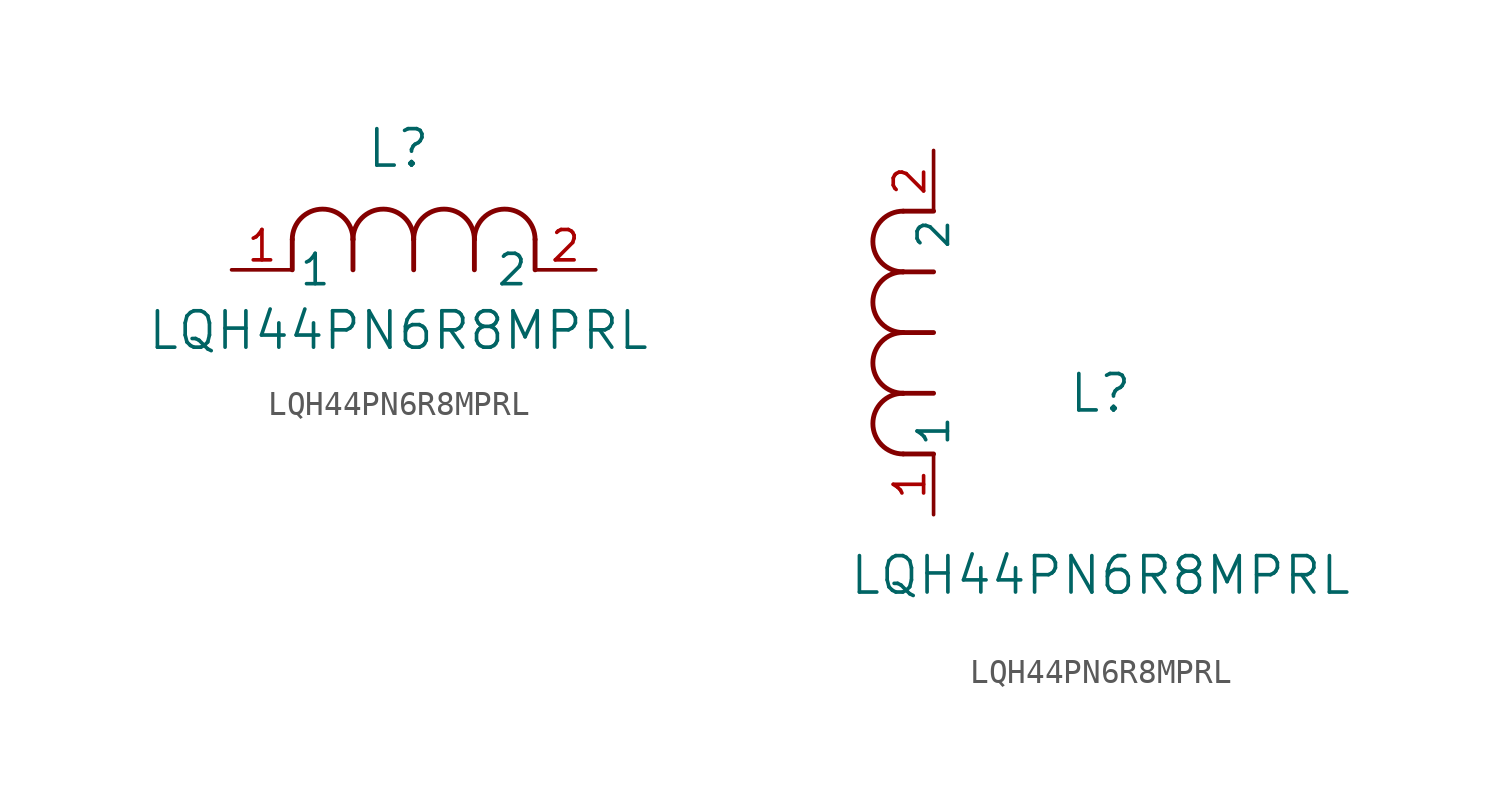
<source format=kicad_sym>
(kicad_symbol_lib
  (version 20211014)
  (generator kicad_symbol_editor)
  (symbol "LQH44PN6R8MPRL"
    (pin_names
      (offset 0.254))
    (property "Reference" "L"
      (at 6.985 5.08 0)
      (effects (font (size 1.524 1.524))))
    (property "Value" "LQH44PN6R8MPRL"
      (at 6.985 -2.54 0)
      (effects (font (size 1.524 1.524))))
    (symbol "LQH44PN6R8MPRL_1_1"
      (arc (start 7.62 1.27) (mid 6.35 2.54) (end 5.08 1.27) (stroke (width 0.2032) (type default) (color 0 0 0 0)) (fill (type none)))
      (polyline (pts (xy 5.08 0) (xy 5.08 1.27)) (stroke (width 0.203) (type default) (color 0 0 0 0)) (fill (type none)))
      (polyline (pts (xy 7.62 0) (xy 7.62 1.27)) (stroke (width 0.203) (type default) (color 0 0 0 0)) (fill (type none)))
      (polyline (pts (xy 12.7 0) (xy 12.7 1.27)) (stroke (width 0.203) (type default) (color 0 0 0 0)) (fill (type none)))
      (arc (start 5.08 1.27) (mid 3.81 2.54) (end 2.54 1.27) (stroke (width 0.2032) (type default) (color 0 0 0 0)) (fill (type none)))
      (arc (start 10.16 1.27) (mid 8.89 2.54) (end 7.62 1.27) (stroke (width 0.2032) (type default) (color 0 0 0 0)) (fill (type none)))
      (arc (start 12.7 1.27) (mid 11.43 2.54) (end 10.16 1.27) (stroke (width 0.2032) (type default) (color 0 0 0 0)) (fill (type none)))
      (polyline (pts (xy 2.54 0) (xy 2.54 1.27)) (stroke (width 0.203) (type default) (color 0 0 0 0)) (fill (type none)))
      (polyline (pts (xy 10.16 0) (xy 10.16 1.27)) (stroke (width 0.203) (type default) (color 0 0 0 0)) (fill (type none)))
      (pin unspecified line (at 15.24 0 180) (length 2.54) (name "2" (effects (font (size 1.27 1.27)))) (number "2" (effects (font (size 1.27 1.27)))))
      (pin unspecified line (at 0 0 0) (length 2.54) (name "1" (effects (font (size 1.27 1.27)))) (number "1" (effects (font (size 1.27 1.27))))))
    (symbol "LQH44PN6R8MPRL_1_2"
      (arc (start -1.27 7.62) (mid -2.54 6.35) (end -1.27 5.08) (stroke (width 0.2032) (type default) (color 0 0 0 0)) (fill (type none)))
      (arc (start -1.27 5.08) (mid -2.54 3.81) (end -1.27 2.54) (stroke (width 0.2032) (type default) (color 0 0 0 0)) (fill (type none)))
      (arc (start -1.27 12.7) (mid -2.54 11.43) (end -1.27 10.16) (stroke (width 0.2032) (type default) (color 0 0 0 0)) (fill (type none)))
      (arc (start -1.27 10.16) (mid -2.54 8.89) (end -1.27 7.62) (stroke (width 0.2032) (type default) (color 0 0 0 0)) (fill (type none)))
      (polyline (pts (xy 0 7.62) (xy -1.27 7.62)) (stroke (width 0.203) (type default) (color 0 0 0 0)) (fill (type none)))
      (polyline (pts (xy 0 5.08) (xy -1.27 5.08)) (stroke (width 0.203) (type default) (color 0 0 0 0)) (fill (type none)))
      (polyline (pts (xy 0 12.7) (xy -1.27 12.7)) (stroke (width 0.203) (type default) (color 0 0 0 0)) (fill (type none)))
      (polyline (pts (xy 0 2.54) (xy -1.27 2.54)) (stroke (width 0.203) (type default) (color 0 0 0 0)) (fill (type none)))
      (polyline (pts (xy 0 10.16) (xy -1.27 10.16)) (stroke (width 0.203) (type default) (color 0 0 0 0)) (fill (type none)))
      (pin unspecified line (at 0 15.24 270) (length 2.54) (name "2" (effects (font (size 1.27 1.27)))) (number "2" (effects (font (size 1.27 1.27)))))
      (pin unspecified line (at 0 0 90) (length 2.54) (name "1" (effects (font (size 1.27 1.27)))) (number "1" (effects (font (size 1.27 1.27))))))))
</source>
